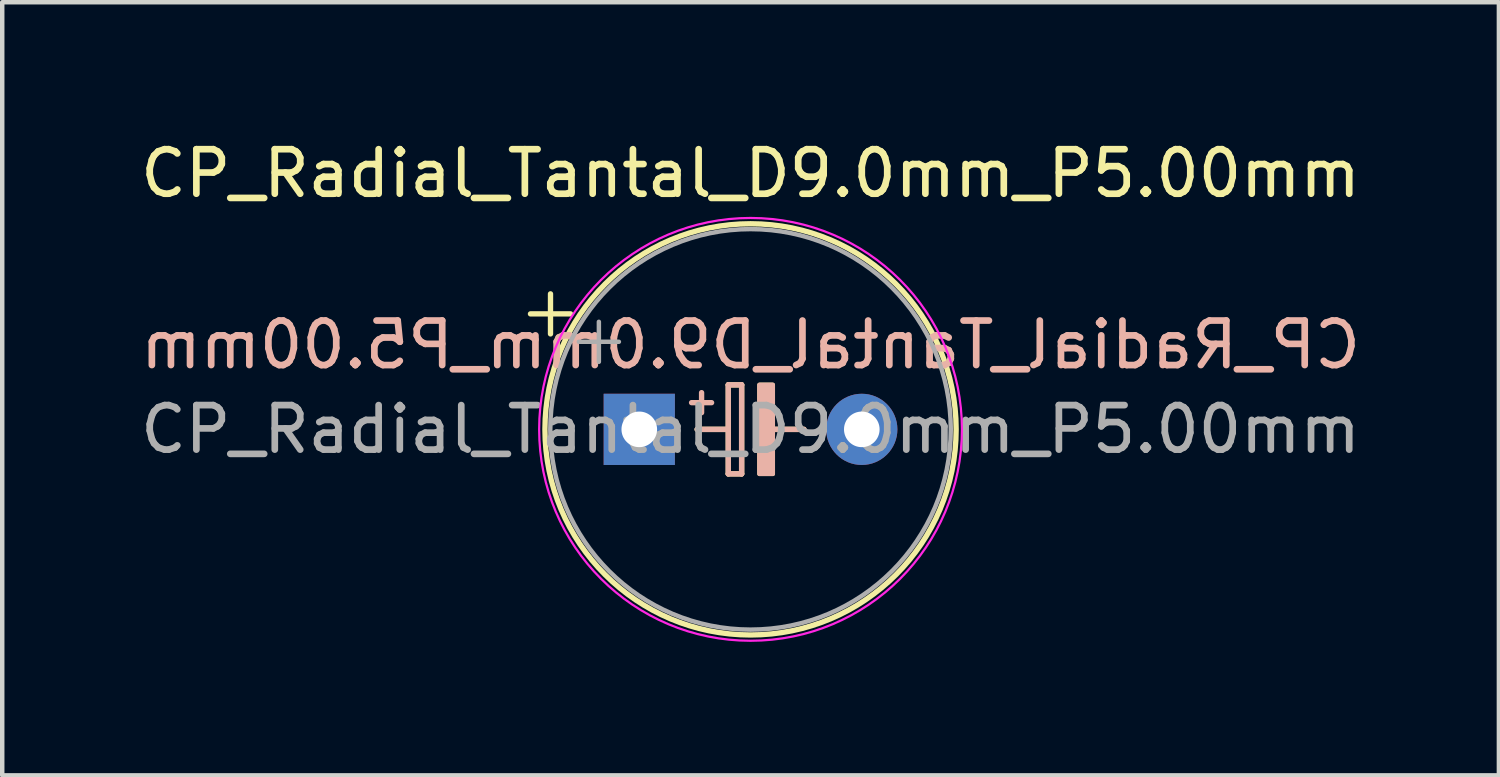
<source format=kicad_pcb>
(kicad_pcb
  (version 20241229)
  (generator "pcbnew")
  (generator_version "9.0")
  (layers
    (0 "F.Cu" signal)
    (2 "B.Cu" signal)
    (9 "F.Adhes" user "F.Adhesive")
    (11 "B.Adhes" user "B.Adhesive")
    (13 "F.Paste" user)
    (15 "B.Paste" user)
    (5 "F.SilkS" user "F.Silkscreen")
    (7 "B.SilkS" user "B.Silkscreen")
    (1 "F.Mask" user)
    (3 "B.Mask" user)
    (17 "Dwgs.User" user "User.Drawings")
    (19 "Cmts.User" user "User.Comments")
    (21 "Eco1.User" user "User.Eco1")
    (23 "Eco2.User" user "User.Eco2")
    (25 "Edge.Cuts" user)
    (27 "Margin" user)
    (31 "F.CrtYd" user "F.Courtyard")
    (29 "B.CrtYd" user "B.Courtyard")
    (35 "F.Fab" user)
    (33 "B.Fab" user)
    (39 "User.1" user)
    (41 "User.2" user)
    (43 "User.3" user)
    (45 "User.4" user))
  (footprint "CP_Radial_Tantal_D9.0mm_P5.00mm"
    (layer "F.Cu")
    (at 11.315 6.598)
    (property "Reference" "CP_Radial_Tantal_D9.0mm_P5.00mm" (at 2.5 -5.75 0) (layer "F.SilkS") (effects (font (size 1 1) (thickness 0.15))))
    (fp_line (start -2.445 -2.595) (end -1.545 -2.595) (stroke (width 0.12) (type solid)) (layer "F.SilkS"))
    (fp_line (start -1.995 -3.045) (end -1.995 -2.145) (stroke (width 0.12) (type solid)) (layer "F.SilkS"))
    (fp_line (start 1.3 0) (end 2 0) (stroke (width 0.12) (type solid)) (layer "F.SilkS"))
    (fp_line (start 2 -1) (end 2.3 -1) (stroke (width 0.12) (type solid)) (layer "F.SilkS"))
    (fp_line (start 2 1) (end 2 -1) (stroke (width 0.12) (type solid)) (layer "F.SilkS"))
    (fp_line (start 2.3 -1) (end 2.3 1) (stroke (width 0.12) (type solid)) (layer "F.SilkS"))
    (fp_line (start 2.3 1) (end 2 1) (stroke (width 0.12) (type solid)) (layer "F.SilkS"))
    (fp_line (start 3.7 0) (end 3 0) (stroke (width 0.12) (type solid)) (layer "F.SilkS"))
    (fp_circle (center 2.5 0) (end 7.12 0) (stroke (width 0.12) (type solid)) (fill no) (layer "F.SilkS"))
    (fp_poly (pts (xy 3 1) (xy 2.7 1) (xy 2.7 -1) (xy 3 -1)) (stroke (width 0.1) (type solid)) (fill yes) (layer "F.SilkS"))
    (fp_line (start 1.3 0) (end 2 0) (stroke (width 0.12) (type solid)) (layer "B.SilkS"))
    (fp_line (start 1.4 -0.825) (end 1.4 -0.375) (stroke (width 0.12) (type solid)) (layer "B.SilkS"))
    (fp_line (start 1.625 -0.6) (end 1.175 -0.6) (stroke (width 0.12) (type solid)) (layer "B.SilkS"))
    (fp_line (start 2 -1) (end 2.3 -1) (stroke (width 0.12) (type solid)) (layer "B.SilkS"))
    (fp_line (start 2 1) (end 2 -1) (stroke (width 0.12) (type solid)) (layer "B.SilkS"))
    (fp_line (start 2.3 -1) (end 2.3 1) (stroke (width 0.12) (type solid)) (layer "B.SilkS"))
    (fp_line (start 2.3 1) (end 2 1) (stroke (width 0.12) (type solid)) (layer "B.SilkS"))
    (fp_line (start 3.7 0) (end 3 0) (stroke (width 0.12) (type solid)) (layer "B.SilkS"))
    (fp_poly (pts (xy 3 1) (xy 2.7 1) (xy 2.7 -1) (xy 3 -1)) (stroke (width 0.1) (type solid)) (fill yes) (layer "B.SilkS"))
    (fp_circle (center 2.5 0) (end 7.25 0) (stroke (width 0.05) (type solid)) (fill no) (layer "F.CrtYd"))
    (fp_line (start -1.358 -1.968) (end -0.458 -1.968) (stroke (width 0.1) (type solid)) (layer "F.Fab"))
    (fp_line (start -0.908 -2.417) (end -0.908 -1.518) (stroke (width 0.1) (type solid)) (layer "F.Fab"))
    (fp_circle (center 2.5 0) (end 7 0) (stroke (width 0.1) (type solid)) (fill no) (layer "F.Fab"))
    (fp_text user "${REFERENCE}" (at 2.5 -1.9 0) (layer "B.SilkS") (effects (font (size 1 1) (thickness 0.15)) (justify mirror)))
    (fp_text user "${REFERENCE}" (at 2.5 0 0) (layer "F.Fab") (effects (font (size 1 1) (thickness 0.15))))
    (pad "1" thru_hole rect (at 0 0) (size 1.6 1.6) (drill 0.8) (layers "*.Cu" "*.Mask"))
    (pad "2" thru_hole circle (at 5 0) (size 1.6 1.6) (drill 0.8) (layers "*.Cu" "*.Mask")))
  (gr_rect
    (start -3 -3)
    (end 30.631 14.373)
    (stroke (width 0.1) (type default))
    (fill no)
    (layer "Edge.Cuts")))
</source>
